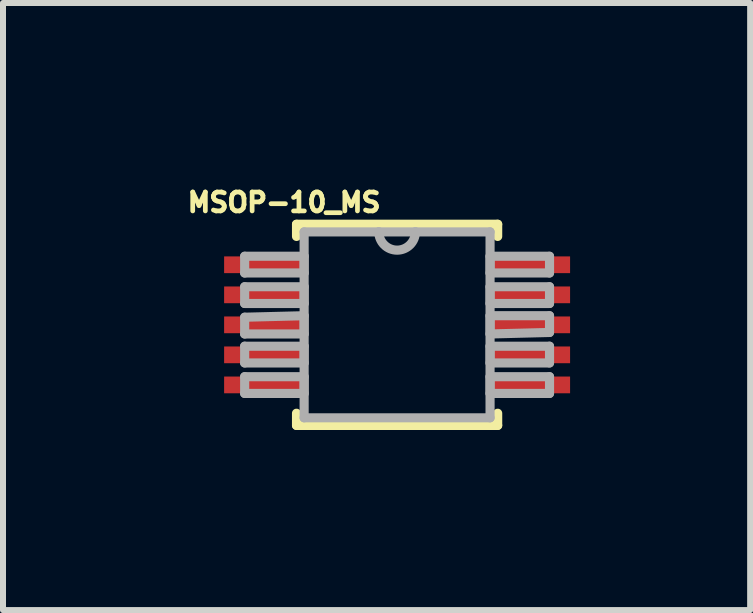
<source format=kicad_pcb>
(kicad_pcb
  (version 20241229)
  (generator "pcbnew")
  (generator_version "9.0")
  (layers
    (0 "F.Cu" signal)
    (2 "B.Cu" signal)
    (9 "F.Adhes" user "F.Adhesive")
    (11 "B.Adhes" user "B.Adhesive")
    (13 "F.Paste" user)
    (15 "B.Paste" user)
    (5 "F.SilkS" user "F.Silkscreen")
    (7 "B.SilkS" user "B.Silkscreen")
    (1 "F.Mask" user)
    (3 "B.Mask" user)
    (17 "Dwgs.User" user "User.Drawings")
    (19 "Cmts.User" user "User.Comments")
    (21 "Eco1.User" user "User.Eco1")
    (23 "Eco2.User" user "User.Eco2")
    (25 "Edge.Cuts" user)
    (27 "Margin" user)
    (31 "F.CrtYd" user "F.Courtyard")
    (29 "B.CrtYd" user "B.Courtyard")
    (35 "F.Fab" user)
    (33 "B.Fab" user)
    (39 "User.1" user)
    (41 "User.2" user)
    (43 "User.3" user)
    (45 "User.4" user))
  (footprint "MSOP-10_MS"
    (layer "F.Cu")
    (at 3.567 2.363)
    (property "Reference" "MSOP-10_MS" (at -1.883 -2.04 0) (layer "F.SilkS") (effects (font (size 0.315 0.315) (thickness 0.15))))
    (attr through_hole)
    (fp_line (start -1.676 -1.676) (end -1.676 -1.473) (stroke (width 0.152) (type solid)) (layer "F.SilkS"))
    (fp_line (start -1.676 1.473) (end -1.676 1.676) (stroke (width 0.152) (type solid)) (layer "F.SilkS"))
    (fp_line (start -1.676 1.676) (end 1.676 1.676) (stroke (width 0.152) (type solid)) (layer "F.SilkS"))
    (fp_line (start 1.676 -1.676) (end -1.676 -1.676) (stroke (width 0.152) (type solid)) (layer "F.SilkS"))
    (fp_line (start 1.676 -1.473) (end 1.676 -1.676) (stroke (width 0.152) (type solid)) (layer "F.SilkS"))
    (fp_line (start 1.676 1.676) (end 1.676 1.473) (stroke (width 0.152) (type solid)) (layer "F.SilkS"))
    (fp_line (start -2.54 -1.143) (end -2.54 -0.864) (stroke (width 0.152) (type solid)) (layer "F.Fab"))
    (fp_line (start -2.54 -0.864) (end -1.549 -0.864) (stroke (width 0.152) (type solid)) (layer "F.Fab"))
    (fp_line (start -2.54 -0.635) (end -2.54 -0.356) (stroke (width 0.152) (type solid)) (layer "F.Fab"))
    (fp_line (start -2.54 -0.356) (end -1.549 -0.356) (stroke (width 0.152) (type solid)) (layer "F.Fab"))
    (fp_line (start -2.54 -0.127) (end -2.54 0.152) (stroke (width 0.152) (type solid)) (layer "F.Fab"))
    (fp_line (start -2.54 0.152) (end -1.549 0.152) (stroke (width 0.152) (type solid)) (layer "F.Fab"))
    (fp_line (start -2.54 0.356) (end -2.54 0.635) (stroke (width 0.152) (type solid)) (layer "F.Fab"))
    (fp_line (start -2.54 0.635) (end -1.549 0.635) (stroke (width 0.152) (type solid)) (layer "F.Fab"))
    (fp_line (start -2.54 0.864) (end -2.54 1.143) (stroke (width 0.152) (type solid)) (layer "F.Fab"))
    (fp_line (start -2.54 1.143) (end -1.549 1.143) (stroke (width 0.152) (type solid)) (layer "F.Fab"))
    (fp_line (start -1.549 -1.549) (end -1.549 1.549) (stroke (width 0.152) (type solid)) (layer "F.Fab"))
    (fp_line (start -1.549 -1.143) (end -2.54 -1.143) (stroke (width 0.152) (type solid)) (layer "F.Fab"))
    (fp_line (start -1.549 -0.864) (end -1.549 -1.143) (stroke (width 0.152) (type solid)) (layer "F.Fab"))
    (fp_line (start -1.549 -0.635) (end -2.54 -0.635) (stroke (width 0.152) (type solid)) (layer "F.Fab"))
    (fp_line (start -1.549 -0.356) (end -1.549 -0.635) (stroke (width 0.152) (type solid)) (layer "F.Fab"))
    (fp_line (start -1.549 -0.152) (end -2.54 -0.127) (stroke (width 0.152) (type solid)) (layer "F.Fab"))
    (fp_line (start -1.549 0.152) (end -1.549 -0.152) (stroke (width 0.152) (type solid)) (layer "F.Fab"))
    (fp_line (start -1.549 0.356) (end -2.54 0.356) (stroke (width 0.152) (type solid)) (layer "F.Fab"))
    (fp_line (start -1.549 0.635) (end -1.549 0.356) (stroke (width 0.152) (type solid)) (layer "F.Fab"))
    (fp_line (start -1.549 0.864) (end -2.54 0.864) (stroke (width 0.152) (type solid)) (layer "F.Fab"))
    (fp_line (start -1.549 1.143) (end -1.549 0.864) (stroke (width 0.152) (type solid)) (layer "F.Fab"))
    (fp_line (start -1.549 1.549) (end 1.549 1.549) (stroke (width 0.152) (type solid)) (layer "F.Fab"))
    (fp_line (start -0.305 -1.549) (end -1.549 -1.549) (stroke (width 0.152) (type solid)) (layer "F.Fab"))
    (fp_line (start 0.305 -1.549) (end -0.305 -1.549) (stroke (width 0.152) (type solid)) (layer "F.Fab"))
    (fp_line (start 1.549 -1.549) (end 0.305 -1.549) (stroke (width 0.152) (type solid)) (layer "F.Fab"))
    (fp_line (start 1.549 -1.143) (end 1.549 -0.864) (stroke (width 0.152) (type solid)) (layer "F.Fab"))
    (fp_line (start 1.549 -0.864) (end 2.54 -0.864) (stroke (width 0.152) (type solid)) (layer "F.Fab"))
    (fp_line (start 1.549 -0.635) (end 1.549 -0.356) (stroke (width 0.152) (type solid)) (layer "F.Fab"))
    (fp_line (start 1.549 -0.356) (end 2.54 -0.356) (stroke (width 0.152) (type solid)) (layer "F.Fab"))
    (fp_line (start 1.549 -0.152) (end 1.549 0.152) (stroke (width 0.152) (type solid)) (layer "F.Fab"))
    (fp_line (start 1.549 0.152) (end 2.54 0.127) (stroke (width 0.152) (type solid)) (layer "F.Fab"))
    (fp_line (start 1.549 0.356) (end 1.549 0.635) (stroke (width 0.152) (type solid)) (layer "F.Fab"))
    (fp_line (start 1.549 0.635) (end 2.54 0.635) (stroke (width 0.152) (type solid)) (layer "F.Fab"))
    (fp_line (start 1.549 0.864) (end 1.549 1.143) (stroke (width 0.152) (type solid)) (layer "F.Fab"))
    (fp_line (start 1.549 1.143) (end 2.54 1.143) (stroke (width 0.152) (type solid)) (layer "F.Fab"))
    (fp_line (start 1.549 1.549) (end 1.549 -1.549) (stroke (width 0.152) (type solid)) (layer "F.Fab"))
    (fp_line (start 2.54 -1.143) (end 1.549 -1.143) (stroke (width 0.152) (type solid)) (layer "F.Fab"))
    (fp_line (start 2.54 -0.864) (end 2.54 -1.143) (stroke (width 0.152) (type solid)) (layer "F.Fab"))
    (fp_line (start 2.54 -0.635) (end 1.549 -0.635) (stroke (width 0.152) (type solid)) (layer "F.Fab"))
    (fp_line (start 2.54 -0.356) (end 2.54 -0.635) (stroke (width 0.152) (type solid)) (layer "F.Fab"))
    (fp_line (start 2.54 -0.152) (end 1.549 -0.152) (stroke (width 0.152) (type solid)) (layer "F.Fab"))
    (fp_line (start 2.54 0.127) (end 2.54 -0.152) (stroke (width 0.152) (type solid)) (layer "F.Fab"))
    (fp_line (start 2.54 0.356) (end 1.549 0.356) (stroke (width 0.152) (type solid)) (layer "F.Fab"))
    (fp_line (start 2.54 0.635) (end 2.54 0.356) (stroke (width 0.152) (type solid)) (layer "F.Fab"))
    (fp_line (start 2.54 0.864) (end 1.549 0.864) (stroke (width 0.152) (type solid)) (layer "F.Fab"))
    (fp_line (start 2.54 1.143) (end 2.54 0.864) (stroke (width 0.152) (type solid)) (layer "F.Fab"))
    (fp_arc (start 0.3048 -1.5494) (mid 0 -1.2446) (end -0.3048 -1.5494) (stroke (width 0.1524) (type solid)) (layer "F.Fab"))
    (pad "1" smd rect (at -2.184 -1.001) (size 1.397 0.279) (layers "F.Cu" "F.Mask" "F.Paste"))
    (pad "2" smd rect (at -2.184 -0.5) (size 1.397 0.279) (layers "F.Cu" "F.Mask" "F.Paste"))
    (pad "3" smd rect (at -2.184 0) (size 1.397 0.279) (layers "F.Cu" "F.Mask" "F.Paste"))
    (pad "4" smd rect (at -2.184 0.5) (size 1.397 0.279) (layers "F.Cu" "F.Mask" "F.Paste"))
    (pad "5" smd rect (at -2.184 1.001) (size 1.397 0.279) (layers "F.Cu" "F.Mask" "F.Paste"))
    (pad "6" smd rect (at 2.184 1.001) (size 1.397 0.279) (layers "F.Cu" "F.Mask" "F.Paste"))
    (pad "7" smd rect (at 2.184 0.5) (size 1.397 0.279) (layers "F.Cu" "F.Mask" "F.Paste"))
    (pad "8" smd rect (at 2.184 0) (size 1.397 0.279) (layers "F.Cu" "F.Mask" "F.Paste"))
    (pad "9" smd rect (at 2.184 -0.5) (size 1.397 0.279) (layers "F.Cu" "F.Mask" "F.Paste"))
    (pad "10" smd rect (at 2.184 -1.001) (size 1.397 0.279) (layers "F.Cu" "F.Mask" "F.Paste")))
  (gr_rect
    (start -3 -3)
    (end 9.45 7.116)
    (stroke (width 0.1) (type default))
    (fill no)
    (layer "Edge.Cuts")))
</source>
